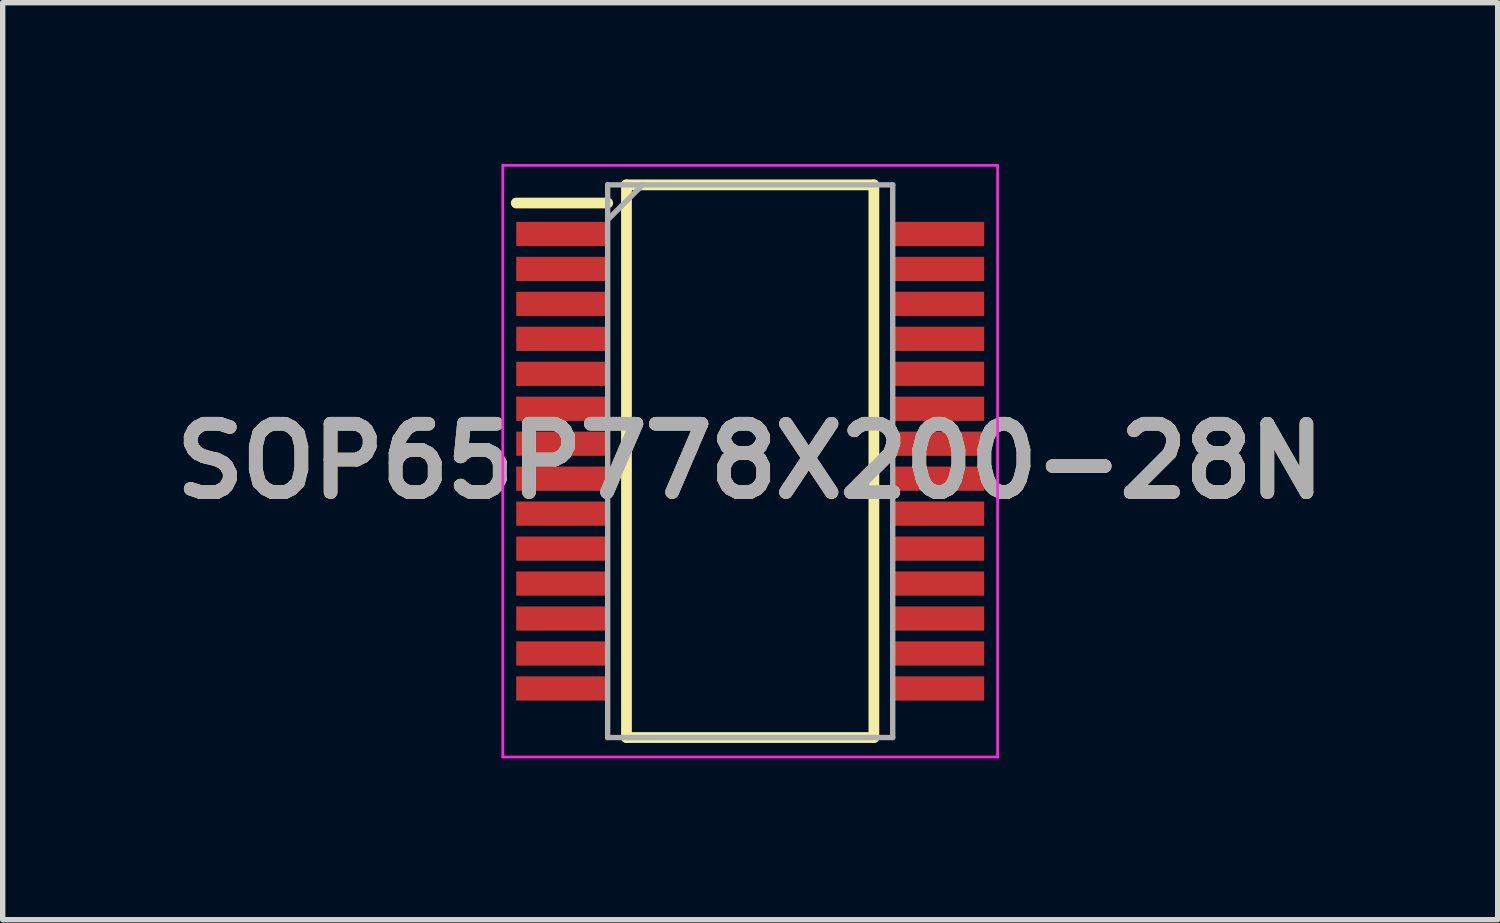
<source format=kicad_pcb>
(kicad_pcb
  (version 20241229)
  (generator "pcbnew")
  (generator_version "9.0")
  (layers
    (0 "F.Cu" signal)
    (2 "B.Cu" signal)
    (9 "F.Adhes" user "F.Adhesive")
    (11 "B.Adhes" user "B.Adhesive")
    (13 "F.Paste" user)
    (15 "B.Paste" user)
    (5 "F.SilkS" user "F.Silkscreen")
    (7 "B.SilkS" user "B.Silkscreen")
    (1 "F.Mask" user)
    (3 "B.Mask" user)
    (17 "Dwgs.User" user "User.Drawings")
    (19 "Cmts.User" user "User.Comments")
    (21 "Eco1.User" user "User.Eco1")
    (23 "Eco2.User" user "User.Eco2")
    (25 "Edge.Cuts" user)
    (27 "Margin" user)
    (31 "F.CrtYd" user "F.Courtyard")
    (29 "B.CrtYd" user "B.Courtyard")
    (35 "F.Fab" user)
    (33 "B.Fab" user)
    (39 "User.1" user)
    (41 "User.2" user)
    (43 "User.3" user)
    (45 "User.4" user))
  (footprint "SOP65P778X200-28N"
    (layer "F.Cu")
    (at 10.898 5.525)
    (property "Reference" "SOP65P778X200-28N" (at 0 0 0) (layer "F.SilkS") (effects (font (size 1.27 1.27) (thickness 0.254))))
    (attr smd)
    (fp_line (start -4.35 -4.8) (end -2.65 -4.8) (stroke (width 0.2) (type solid)) (layer "F.SilkS"))
    (fp_line (start -2.3 -5.138) (end 2.3 -5.138) (stroke (width 0.2) (type solid)) (layer "F.SilkS"))
    (fp_line (start -2.3 5.138) (end -2.3 -5.138) (stroke (width 0.2) (type solid)) (layer "F.SilkS"))
    (fp_line (start 2.3 -5.138) (end 2.3 5.138) (stroke (width 0.2) (type solid)) (layer "F.SilkS"))
    (fp_line (start 2.3 5.138) (end -2.3 5.138) (stroke (width 0.2) (type solid)) (layer "F.SilkS"))
    (fp_line (start -4.6 -5.5) (end 4.6 -5.5) (stroke (width 0.05) (type solid)) (layer "F.CrtYd"))
    (fp_line (start -4.6 5.5) (end -4.6 -5.5) (stroke (width 0.05) (type solid)) (layer "F.CrtYd"))
    (fp_line (start 4.6 -5.5) (end 4.6 5.5) (stroke (width 0.05) (type solid)) (layer "F.CrtYd"))
    (fp_line (start 4.6 5.5) (end -4.6 5.5) (stroke (width 0.05) (type solid)) (layer "F.CrtYd"))
    (fp_line (start -2.65 -5.138) (end 2.65 -5.138) (stroke (width 0.1) (type solid)) (layer "F.Fab"))
    (fp_line (start -2.65 -4.488) (end -2 -5.138) (stroke (width 0.1) (type solid)) (layer "F.Fab"))
    (fp_line (start -2.65 5.138) (end -2.65 -5.138) (stroke (width 0.1) (type solid)) (layer "F.Fab"))
    (fp_line (start 2.65 -5.138) (end 2.65 5.138) (stroke (width 0.1) (type solid)) (layer "F.Fab"))
    (fp_line (start 2.65 5.138) (end -2.65 5.138) (stroke (width 0.1) (type solid)) (layer "F.Fab"))
    (fp_text user "${REFERENCE}" (at 0 0 0) (layer "F.Fab") (effects (font (size 1.27 1.27) (thickness 0.254))))
    (pad "1" smd rect (at -3.5 -4.225 90) (size 0.45 1.7) (layers "F.Cu" "F.Mask" "F.Paste"))
    (pad "2" smd rect (at -3.5 -3.575 90) (size 0.45 1.7) (layers "F.Cu" "F.Mask" "F.Paste"))
    (pad "3" smd rect (at -3.5 -2.925 90) (size 0.45 1.7) (layers "F.Cu" "F.Mask" "F.Paste"))
    (pad "4" smd rect (at -3.5 -2.275 90) (size 0.45 1.7) (layers "F.Cu" "F.Mask" "F.Paste"))
    (pad "5" smd rect (at -3.5 -1.625 90) (size 0.45 1.7) (layers "F.Cu" "F.Mask" "F.Paste"))
    (pad "6" smd rect (at -3.5 -0.975 90) (size 0.45 1.7) (layers "F.Cu" "F.Mask" "F.Paste"))
    (pad "7" smd rect (at -3.5 -0.325 90) (size 0.45 1.7) (layers "F.Cu" "F.Mask" "F.Paste"))
    (pad "8" smd rect (at -3.5 0.325 90) (size 0.45 1.7) (layers "F.Cu" "F.Mask" "F.Paste"))
    (pad "9" smd rect (at -3.5 0.975 90) (size 0.45 1.7) (layers "F.Cu" "F.Mask" "F.Paste"))
    (pad "10" smd rect (at -3.5 1.625 90) (size 0.45 1.7) (layers "F.Cu" "F.Mask" "F.Paste"))
    (pad "11" smd rect (at -3.5 2.275 90) (size 0.45 1.7) (layers "F.Cu" "F.Mask" "F.Paste"))
    (pad "12" smd rect (at -3.5 2.925 90) (size 0.45 1.7) (layers "F.Cu" "F.Mask" "F.Paste"))
    (pad "13" smd rect (at -3.5 3.575 90) (size 0.45 1.7) (layers "F.Cu" "F.Mask" "F.Paste"))
    (pad "14" smd rect (at -3.5 4.225 90) (size 0.45 1.7) (layers "F.Cu" "F.Mask" "F.Paste"))
    (pad "15" smd rect (at 3.5 4.225 90) (size 0.45 1.7) (layers "F.Cu" "F.Mask" "F.Paste"))
    (pad "16" smd rect (at 3.5 3.575 90) (size 0.45 1.7) (layers "F.Cu" "F.Mask" "F.Paste"))
    (pad "17" smd rect (at 3.5 2.925 90) (size 0.45 1.7) (layers "F.Cu" "F.Mask" "F.Paste"))
    (pad "18" smd rect (at 3.5 2.275 90) (size 0.45 1.7) (layers "F.Cu" "F.Mask" "F.Paste"))
    (pad "19" smd rect (at 3.5 1.625 90) (size 0.45 1.7) (layers "F.Cu" "F.Mask" "F.Paste"))
    (pad "20" smd rect (at 3.5 0.975 90) (size 0.45 1.7) (layers "F.Cu" "F.Mask" "F.Paste"))
    (pad "21" smd rect (at 3.5 0.325 90) (size 0.45 1.7) (layers "F.Cu" "F.Mask" "F.Paste"))
    (pad "22" smd rect (at 3.5 -0.325 90) (size 0.45 1.7) (layers "F.Cu" "F.Mask" "F.Paste"))
    (pad "23" smd rect (at 3.5 -0.975 90) (size 0.45 1.7) (layers "F.Cu" "F.Mask" "F.Paste"))
    (pad "24" smd rect (at 3.5 -1.625 90) (size 0.45 1.7) (layers "F.Cu" "F.Mask" "F.Paste"))
    (pad "25" smd rect (at 3.5 -2.275 90) (size 0.45 1.7) (layers "F.Cu" "F.Mask" "F.Paste"))
    (pad "26" smd rect (at 3.5 -2.925 90) (size 0.45 1.7) (layers "F.Cu" "F.Mask" "F.Paste"))
    (pad "27" smd rect (at 3.5 -3.575 90) (size 0.45 1.7) (layers "F.Cu" "F.Mask" "F.Paste"))
    (pad "28" smd rect (at 3.5 -4.225 90) (size 0.45 1.7) (layers "F.Cu" "F.Mask" "F.Paste")))
  (gr_rect
    (start -3 -3)
    (end 24.796 14.05)
    (stroke (width 0.1) (type default))
    (fill no)
    (layer "Edge.Cuts")))
</source>
